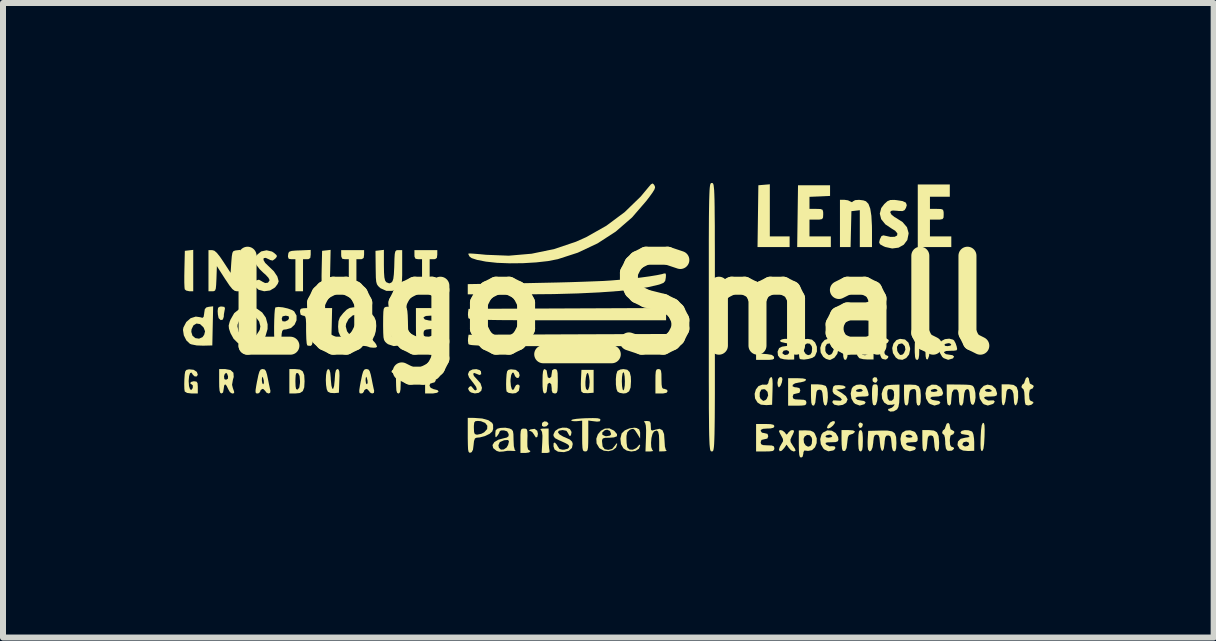
<source format=kicad_pcb>
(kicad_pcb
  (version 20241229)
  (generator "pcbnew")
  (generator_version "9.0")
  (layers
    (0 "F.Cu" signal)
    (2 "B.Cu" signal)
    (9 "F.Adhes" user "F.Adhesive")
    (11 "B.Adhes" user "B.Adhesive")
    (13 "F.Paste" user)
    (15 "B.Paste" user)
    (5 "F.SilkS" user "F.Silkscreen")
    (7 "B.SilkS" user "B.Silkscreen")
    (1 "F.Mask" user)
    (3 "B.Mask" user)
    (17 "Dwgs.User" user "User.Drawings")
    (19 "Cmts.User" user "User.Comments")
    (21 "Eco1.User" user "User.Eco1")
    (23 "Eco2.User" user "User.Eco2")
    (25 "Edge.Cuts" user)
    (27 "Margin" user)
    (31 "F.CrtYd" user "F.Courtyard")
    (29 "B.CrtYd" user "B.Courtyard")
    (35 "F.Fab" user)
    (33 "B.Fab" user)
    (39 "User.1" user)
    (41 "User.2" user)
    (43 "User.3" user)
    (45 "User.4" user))
  (footprint "Logo_Small"
    (layer "F.Cu")
    (at 7.112 2.034)
    (property "Reference" "Logo_Small" (at 0 0 0) (layer "F.SilkS") (effects (font (size 1.5 1.5) (thickness 0.3))))
    (attr board_only exclude_from_pos_files exclude_from_bom)
    (fp_poly (pts (xy 4.216 1.977) (xy 4.221 1.994) (xy 4.207 2.036) (xy 4.177 2.05) (xy 4.161 2.042) (xy 4.144 2.001) (xy 4.159 1.966) (xy 4.182 1.958)) (stroke (width 0) (type solid)) (fill yes) (layer "F.SilkS"))
    (fp_poly (pts (xy 5.147 0.441) (xy 5.174 0.473) (xy 5.171 0.495) (xy 5.141 0.531) (xy 5.108 0.519) (xy 5.094 0.495) (xy 5.09 0.448) (xy 5.123 0.435)) (stroke (width 0) (type solid)) (fill yes) (layer "F.SilkS"))
    (fp_poly (pts (xy -1.046 1.946) (xy -1.022 1.972) (xy -1.023 1.99) (xy -1.053 2.021) (xy -1.097 2.03) (xy -1.127 2.015) (xy -1.128 1.977) (xy -1.12 1.959) (xy -1.086 1.939)) (stroke (width 0) (type solid)) (fill yes) (layer "F.SilkS"))
    (fp_poly (pts (xy 4.445 1.207) (xy 4.452 1.213) (xy 4.467 1.253) (xy 4.448 1.289) (xy 4.424 1.297) (xy 4.391 1.278) (xy 4.385 1.269) (xy 4.382 1.23) (xy 4.408 1.204)) (stroke (width 0) (type solid)) (fill yes) (layer "F.SilkS"))
    (fp_poly (pts (xy 2.872 1.207) (xy 2.88 1.238) (xy 2.871 1.29) (xy 2.85 1.343) (xy 2.825 1.372) (xy 2.82 1.373) (xy 2.804 1.351) (xy 2.797 1.298) (xy 2.808 1.231) (xy 2.838 1.2)) (stroke (width 0) (type solid)) (fill yes) (layer "F.SilkS"))
    (fp_poly (pts (xy 3.755 1.942) (xy 3.753 1.969) (xy 3.724 2.009) (xy 3.682 2.044) (xy 3.644 2.059) (xy 3.622 2.05) (xy 3.633 2.014) (xy 3.637 2.007) (xy 3.677 1.958) (xy 3.723 1.934)) (stroke (width 0) (type solid)) (fill yes) (layer "F.SilkS"))
    (fp_poly (pts (xy -6.941 -0.574) (xy -6.941 -0.229) (xy -7.006 -0.229) (xy -7.059 -0.241) (xy -7.083 -0.262) (xy -7.087 -0.299) (xy -7.09 -0.376) (xy -7.09 -0.481) (xy -7.088 -0.599) (xy -7.081 -0.903) (xy -7.011 -0.911) (xy -6.941 -0.919)) (stroke (width 0) (type solid)) (fill yes) (layer "F.SilkS"))
    (fp_poly (pts (xy -1.207 2.097) (xy -1.195 2.148) (xy -1.206 2.2) (xy -1.23 2.208) (xy -1.255 2.17) (xy -1.258 2.163) (xy -1.291 2.117) (xy -1.317 2.103) (xy -1.347 2.093) (xy -1.329 2.079) (xy -1.316 2.073) (xy -1.25 2.064)) (stroke (width 0) (type solid)) (fill yes) (layer "F.SilkS"))
    (fp_poly (pts (xy 2.67 -1.578) (xy 2.67 -1.144) (xy 2.835 -1.144) (xy 3 -1.144) (xy 3 -1.055) (xy 3 -0.966) (xy 2.733 -0.966) (xy 2.465 -0.966) (xy 2.472 -1.481) (xy 2.479 -1.996) (xy 2.574 -2.004) (xy 2.67 -2.012)) (stroke (width 0) (type solid)) (fill yes) (layer "F.SilkS"))
    (fp_poly (pts (xy -6.421 0.032) (xy -6.412 0.061) (xy -6.417 0.083) (xy -6.43 0.156) (xy -6.432 0.197) (xy -6.448 0.243) (xy -6.483 0.252) (xy -6.516 0.221) (xy -6.519 0.214) (xy -6.53 0.159) (xy -6.534 0.1) (xy -6.527 0.046) (xy -6.496 0.027) (xy -6.468 0.025)) (stroke (width 0) (type solid)) (fill yes) (layer "F.SilkS"))
    (fp_poly (pts (xy -4.633 0.362) (xy -4.637 0.496) (xy -4.643 0.587) (xy -4.652 0.643) (xy -4.664 0.672) (xy -4.68 0.681) (xy -4.725 0.678) (xy -4.737 0.67) (xy -4.744 0.639) (xy -4.749 0.568) (xy -4.753 0.467) (xy -4.755 0.352) (xy -4.755 0.051) (xy -4.69 0.051) (xy -4.626 0.051)) (stroke (width 0) (type solid)) (fill yes) (layer "F.SilkS"))
    (fp_poly (pts (xy 4.203 2.095) (xy 4.215 2.133) (xy 4.22 2.207) (xy 4.221 2.263) (xy 4.218 2.36) (xy 4.21 2.415) (xy 4.194 2.438) (xy 4.182 2.441) (xy 4.162 2.43) (xy 4.15 2.393) (xy 4.145 2.319) (xy 4.144 2.263) (xy 4.147 2.166) (xy 4.155 2.111) (xy 4.171 2.087) (xy 4.182 2.085)) (stroke (width 0) (type solid)) (fill yes) (layer "F.SilkS"))
    (fp_poly (pts (xy 4.453 1.326) (xy 4.467 1.346) (xy 4.472 1.394) (xy 4.47 1.479) (xy 4.47 1.492) (xy 4.459 1.601) (xy 4.439 1.662) (xy 4.409 1.675) (xy 4.391 1.662) (xy 4.382 1.629) (xy 4.375 1.561) (xy 4.373 1.483) (xy 4.375 1.395) (xy 4.382 1.347) (xy 4.399 1.326) (xy 4.425 1.322)) (stroke (width 0) (type solid)) (fill yes) (layer "F.SilkS"))
    (fp_poly (pts (xy 5.144 0.57) (xy 5.156 0.607) (xy 5.161 0.682) (xy 5.161 0.737) (xy 5.159 0.834) (xy 5.151 0.889) (xy 5.135 0.913) (xy 5.123 0.915) (xy 5.103 0.905) (xy 5.091 0.867) (xy 5.086 0.793) (xy 5.085 0.737) (xy 5.087 0.641) (xy 5.095 0.585) (xy 5.111 0.562) (xy 5.123 0.559)) (stroke (width 0) (type solid)) (fill yes) (layer "F.SilkS"))
    (fp_poly (pts (xy 6.239 1.97) (xy 6.248 2.005) (xy 6.251 2.076) (xy 6.249 2.188) (xy 6.242 2.315) (xy 6.231 2.395) (xy 6.214 2.432) (xy 6.209 2.435) (xy 6.194 2.429) (xy 6.185 2.394) (xy 6.182 2.322) (xy 6.184 2.21) (xy 6.191 2.084) (xy 6.202 2.004) (xy 6.219 1.967) (xy 6.224 1.964)) (stroke (width 0) (type solid)) (fill yes) (layer "F.SilkS"))
    (fp_poly (pts (xy -4.658 -0.58) (xy -4.662 -0.443) (xy -4.666 -0.349) (xy -4.672 -0.289) (xy -4.682 -0.256) (xy -4.697 -0.24) (xy -4.719 -0.234) (xy -4.723 -0.233) (xy -4.773 -0.24) (xy -4.794 -0.26) (xy -4.798 -0.298) (xy -4.801 -0.376) (xy -4.802 -0.481) (xy -4.8 -0.599) (xy -4.793 -0.903) (xy -4.722 -0.911) (xy -4.651 -0.919)) (stroke (width 0) (type solid)) (fill yes) (layer "F.SilkS"))
    (fp_poly (pts (xy -1.017 2.223) (xy -1.015 2.314) (xy -1.009 2.389) (xy -1.002 2.426) (xy -1.002 2.455) (xy -1.041 2.466) (xy -1.06 2.466) (xy -1.133 2.466) (xy -1.123 2.285) (xy -1.12 2.18) (xy -1.127 2.116) (xy -1.144 2.085) (xy -1.147 2.082) (xy -1.156 2.067) (xy -1.116 2.06) (xy -1.1 2.06) (xy -1.017 2.059)) (stroke (width 0) (type solid)) (fill yes) (layer "F.SilkS"))
    (fp_poly (pts (xy 5.433 0.569) (xy 5.462 0.59) (xy 5.45 0.614) (xy 5.396 0.631) (xy 5.363 0.643) (xy 5.345 0.677) (xy 5.336 0.746) (xy 5.334 0.769) (xy 5.324 0.849) (xy 5.306 0.899) (xy 5.295 0.909) (xy 5.277 0.9) (xy 5.267 0.855) (xy 5.263 0.767) (xy 5.263 0.739) (xy 5.263 0.559) (xy 5.367 0.559)) (stroke (width 0) (type solid)) (fill yes) (layer "F.SilkS"))
    (fp_poly (pts (xy -4.093 -0.839) (xy -4.1 -0.785) (xy -4.129 -0.765) (xy -4.157 -0.763) (xy -4.221 -0.763) (xy -4.221 -0.496) (xy -4.221 -0.229) (xy -4.284 -0.229) (xy -4.348 -0.229) (xy -4.348 -0.496) (xy -4.348 -0.763) (xy -4.411 -0.763) (xy -4.457 -0.771) (xy -4.473 -0.806) (xy -4.475 -0.839) (xy -4.475 -0.915) (xy -4.284 -0.915) (xy -4.093 -0.915)) (stroke (width 0) (type solid)) (fill yes) (layer "F.SilkS"))
    (fp_poly (pts (xy -2.873 -0.839) (xy -2.88 -0.785) (xy -2.909 -0.765) (xy -2.937 -0.763) (xy -3 -0.763) (xy -3 -0.496) (xy -3 -0.229) (xy -3.064 -0.229) (xy -3.127 -0.229) (xy -3.127 -0.496) (xy -3.127 -0.763) (xy -3.191 -0.763) (xy -3.236 -0.771) (xy -3.253 -0.806) (xy -3.254 -0.839) (xy -3.254 -0.915) (xy -3.064 -0.915) (xy -2.873 -0.915)) (stroke (width 0) (type solid)) (fill yes) (layer "F.SilkS"))
    (fp_poly (pts (xy 4.057 2.09) (xy 4.087 2.106) (xy 4.087 2.117) (xy 4.056 2.146) (xy 4.023 2.156) (xy 3.99 2.169) (xy 3.972 2.203) (xy 3.963 2.271) (xy 3.961 2.294) (xy 3.949 2.384) (xy 3.925 2.432) (xy 3.893 2.433) (xy 3.882 2.424) (xy 3.873 2.392) (xy 3.867 2.324) (xy 3.865 2.246) (xy 3.865 2.085) (xy 3.981 2.085)) (stroke (width 0) (type solid)) (fill yes) (layer "F.SilkS"))
    (fp_poly (pts (xy 4.058 0.569) (xy 4.093 0.592) (xy 4.092 0.618) (xy 4.05 0.638) (xy 4.036 0.64) (xy 4.002 0.652) (xy 3.983 0.682) (xy 3.974 0.745) (xy 3.971 0.782) (xy 3.962 0.867) (xy 3.944 0.908) (xy 3.927 0.915) (xy 3.907 0.904) (xy 3.895 0.863) (xy 3.89 0.784) (xy 3.89 0.737) (xy 3.89 0.559) (xy 3.992 0.559)) (stroke (width 0) (type solid)) (fill yes) (layer "F.SilkS"))
    (fp_poly (pts (xy -1.398 2.062) (xy -1.379 2.076) (xy -1.371 2.111) (xy -1.369 2.179) (xy -1.372 2.269) (xy -1.371 2.359) (xy -1.36 2.408) (xy -1.35 2.415) (xy -1.323 2.433) (xy -1.322 2.441) (xy -1.344 2.458) (xy -1.399 2.466) (xy -1.405 2.466) (xy -1.487 2.466) (xy -1.487 2.263) (xy -1.487 2.162) (xy -1.482 2.101) (xy -1.471 2.071) (xy -1.451 2.061) (xy -1.43 2.06)) (stroke (width 0) (type solid)) (fill yes) (layer "F.SilkS"))
    (fp_poly (pts (xy 0.841 1.073) (xy 0.856 1.096) (xy 0.863 1.148) (xy 0.864 1.233) (xy 0.866 1.323) (xy 0.873 1.372) (xy 0.889 1.394) (xy 0.915 1.398) (xy 0.957 1.414) (xy 0.966 1.437) (xy 0.949 1.463) (xy 0.894 1.474) (xy 0.864 1.475) (xy 0.763 1.475) (xy 0.763 1.271) (xy 0.764 1.17) (xy 0.769 1.109) (xy 0.78 1.079) (xy 0.8 1.069) (xy 0.814 1.068)) (stroke (width 0) (type solid)) (fill yes) (layer "F.SilkS"))
    (fp_poly (pts (xy 0.941 0.152) (xy 0.941 0.254) (xy -0.7 0.254) (xy -1.035 0.254) (xy -1.322 0.254) (xy -1.565 0.253) (xy -1.768 0.252) (xy -1.935 0.25) (xy -2.067 0.247) (xy -2.17 0.244) (xy -2.246 0.24) (xy -2.299 0.235) (xy -2.333 0.23) (xy -2.35 0.223) (xy -2.355 0.218) (xy -2.362 0.164) (xy -2.36 0.123) (xy -2.352 0.064) (xy -0.706 0.057) (xy 0.941 0.05)) (stroke (width 0) (type solid)) (fill yes) (layer "F.SilkS"))
    (fp_poly (pts (xy 0.941 0.585) (xy 0.941 0.686) (xy -0.7 0.686) (xy -1.035 0.686) (xy -1.322 0.686) (xy -1.565 0.685) (xy -1.768 0.684) (xy -1.935 0.682) (xy -2.067 0.679) (xy -2.17 0.676) (xy -2.246 0.672) (xy -2.299 0.668) (xy -2.333 0.662) (xy -2.35 0.655) (xy -2.355 0.65) (xy -2.362 0.597) (xy -2.36 0.555) (xy -2.352 0.496) (xy -0.706 0.489) (xy 0.941 0.483)) (stroke (width 0) (type solid)) (fill yes) (layer "F.SilkS"))
    (fp_poly (pts (xy 2.5 0.468) (xy 2.512 0.506) (xy 2.517 0.581) (xy 2.517 0.634) (xy 2.517 0.811) (xy 2.625 0.819) (xy 2.701 0.831) (xy 2.736 0.857) (xy 2.741 0.871) (xy 2.739 0.896) (xy 2.715 0.909) (xy 2.657 0.915) (xy 2.595 0.915) (xy 2.441 0.915) (xy 2.441 0.686) (xy 2.442 0.575) (xy 2.448 0.505) (xy 2.459 0.469) (xy 2.476 0.458) (xy 2.479 0.458)) (stroke (width 0) (type solid)) (fill yes) (layer "F.SilkS"))
    (fp_poly (pts (xy -4.983 -0.84) (xy -4.99 -0.785) (xy -5.018 -0.765) (xy -5.047 -0.763) (xy -5.111 -0.763) (xy -5.111 -0.496) (xy -5.111 -0.229) (xy -5.174 -0.229) (xy -5.238 -0.229) (xy -5.238 -0.496) (xy -5.238 -0.763) (xy -5.303 -0.763) (xy -5.349 -0.77) (xy -5.362 -0.803) (xy -5.36 -0.833) (xy -5.354 -0.869) (xy -5.337 -0.89) (xy -5.298 -0.902) (xy -5.226 -0.908) (xy -5.168 -0.91) (xy -4.983 -0.918)) (stroke (width 0) (type solid)) (fill yes) (layer "F.SilkS"))
    (fp_poly (pts (xy -3.448 1.075) (xy -3.41 1.093) (xy -3.412 1.116) (xy -3.445 1.135) (xy -3.468 1.159) (xy -3.48 1.215) (xy -3.483 1.312) (xy -3.483 1.312) (xy -3.486 1.404) (xy -3.495 1.455) (xy -3.514 1.474) (xy -3.521 1.475) (xy -3.543 1.464) (xy -3.555 1.424) (xy -3.559 1.347) (xy -3.56 1.309) (xy -3.562 1.217) (xy -3.571 1.165) (xy -3.589 1.145) (xy -3.598 1.144) (xy -3.631 1.124) (xy -3.636 1.106) (xy -3.621 1.081) (xy -3.57 1.069) (xy -3.521 1.068)) (stroke (width 0) (type solid)) (fill yes) (layer "F.SilkS"))
    (fp_poly (pts (xy 6.733 1.332) (xy 6.785 1.368) (xy 6.808 1.437) (xy 6.809 1.543) (xy 6.797 1.623) (xy 6.777 1.667) (xy 6.757 1.672) (xy 6.742 1.634) (xy 6.738 1.581) (xy 6.731 1.48) (xy 6.71 1.421) (xy 6.671 1.399) (xy 6.66 1.398) (xy 6.631 1.407) (xy 6.615 1.442) (xy 6.607 1.514) (xy 6.606 1.53) (xy 6.595 1.611) (xy 6.577 1.662) (xy 6.566 1.672) (xy 6.548 1.663) (xy 6.538 1.618) (xy 6.534 1.529) (xy 6.534 1.502) (xy 6.534 1.322) (xy 6.648 1.322)) (stroke (width 0) (type solid)) (fill yes) (layer "F.SilkS"))
    (fp_poly (pts (xy -2.887 1.076) (xy -2.853 1.096) (xy -2.861 1.119) (xy -2.914 1.137) (xy -2.932 1.139) (xy -2.981 1.158) (xy -3 1.188) (xy -2.983 1.214) (xy -2.949 1.22) (xy -2.908 1.236) (xy -2.898 1.259) (xy -2.92 1.29) (xy -2.949 1.297) (xy -2.993 1.312) (xy -3.003 1.346) (xy -2.982 1.382) (xy -2.934 1.403) (xy -2.932 1.403) (xy -2.869 1.419) (xy -2.851 1.442) (xy -2.876 1.463) (xy -2.941 1.474) (xy -2.96 1.475) (xy -3.076 1.475) (xy -3.076 1.271) (xy -3.076 1.068) (xy -2.96 1.068)) (stroke (width 0) (type solid)) (fill yes) (layer "F.SilkS"))
    (fp_poly (pts (xy -0.267 1.271) (xy -0.267 1.462) (xy -0.363 1.47) (xy -0.439 1.467) (xy -0.472 1.442) (xy -0.478 1.399) (xy -0.48 1.322) (xy -0.479 1.28) (xy -0.404 1.28) (xy -0.403 1.349) (xy -0.395 1.393) (xy -0.374 1.421) (xy -0.355 1.407) (xy -0.34 1.361) (xy -0.334 1.29) (xy -0.335 1.256) (xy -0.345 1.184) (xy -0.359 1.139) (xy -0.369 1.131) (xy -0.385 1.154) (xy -0.397 1.209) (xy -0.404 1.28) (xy -0.479 1.28) (xy -0.478 1.243) (xy -0.47 1.081) (xy -0.369 1.081) (xy -0.267 1.081)) (stroke (width 0) (type solid)) (fill yes) (layer "F.SilkS"))
    (fp_poly (pts (xy 3.973 -1.745) (xy 4.009 -1.727) (xy 4.04 -1.713) (xy 4.054 -1.727) (xy 4.092 -1.748) (xy 4.158 -1.753) (xy 4.229 -1.744) (xy 4.272 -1.729) (xy 4.314 -1.686) (xy 4.344 -1.606) (xy 4.363 -1.486) (xy 4.372 -1.321) (xy 4.373 -1.239) (xy 4.373 -0.966) (xy 4.271 -0.966) (xy 4.17 -0.966) (xy 4.17 -1.273) (xy 4.17 -1.58) (xy 4.1 -1.572) (xy 4.03 -1.564) (xy 4.023 -1.265) (xy 4.016 -0.966) (xy 3.927 -0.966) (xy 3.839 -0.966) (xy 3.839 -1.36) (xy 3.839 -1.754) (xy 3.91 -1.754)) (stroke (width 0) (type solid)) (fill yes) (layer "F.SilkS"))
    (fp_poly (pts (xy -5.163 1.076) (xy -5.115 1.107) (xy -5.091 1.169) (xy -5.085 1.271) (xy -5.091 1.374) (xy -5.115 1.436) (xy -5.164 1.467) (xy -5.243 1.475) (xy -5.339 1.475) (xy -5.339 1.271) (xy -5.238 1.271) (xy -5.235 1.356) (xy -5.227 1.399) (xy -5.21 1.41) (xy -5.199 1.408) (xy -5.173 1.376) (xy -5.162 1.302) (xy -5.161 1.271) (xy -5.168 1.184) (xy -5.19 1.141) (xy -5.199 1.135) (xy -5.221 1.135) (xy -5.233 1.164) (xy -5.237 1.23) (xy -5.238 1.271) (xy -5.339 1.271) (xy -5.339 1.068) (xy -5.243 1.068)) (stroke (width 0) (type solid)) (fill yes) (layer "F.SilkS"))
    (fp_poly (pts (xy 3.674 -1.907) (xy 3.674 -1.818) (xy 3.502 -1.81) (xy 3.331 -1.803) (xy 3.331 -1.702) (xy 3.331 -1.602) (xy 3.445 -1.602) (xy 3.515 -1.6) (xy 3.549 -1.587) (xy 3.559 -1.552) (xy 3.56 -1.513) (xy 3.557 -1.458) (xy 3.541 -1.432) (xy 3.496 -1.424) (xy 3.445 -1.424) (xy 3.331 -1.424) (xy 3.331 -1.284) (xy 3.331 -1.144) (xy 3.509 -1.144) (xy 3.687 -1.144) (xy 3.687 -1.055) (xy 3.687 -0.966) (xy 3.406 -0.966) (xy 3.126 -0.966) (xy 3.133 -1.481) (xy 3.14 -1.996) (xy 3.407 -1.996) (xy 3.674 -1.996)) (stroke (width 0) (type solid)) (fill yes) (layer "F.SilkS"))
    (fp_poly (pts (xy 4.924 0.575) (xy 4.981 0.628) (xy 5.008 0.715) (xy 5.009 0.74) (xy 4.991 0.824) (xy 4.944 0.884) (xy 4.88 0.914) (xy 4.811 0.905) (xy 4.769 0.875) (xy 4.722 0.801) (xy 4.71 0.718) (xy 4.715 0.699) (xy 4.789 0.699) (xy 4.794 0.762) (xy 4.805 0.787) (xy 4.841 0.833) (xy 4.879 0.828) (xy 4.906 0.802) (xy 4.93 0.744) (xy 4.921 0.686) (xy 4.884 0.646) (xy 4.865 0.641) (xy 4.815 0.653) (xy 4.789 0.699) (xy 4.715 0.699) (xy 4.731 0.642) (xy 4.78 0.585) (xy 4.84 0.564)) (stroke (width 0) (type solid)) (fill yes) (layer "F.SilkS"))
    (fp_poly (pts (xy 5.406 2.093) (xy 5.456 2.123) (xy 5.483 2.184) (xy 5.492 2.285) (xy 5.492 2.312) (xy 5.488 2.393) (xy 5.473 2.433) (xy 5.455 2.441) (xy 5.431 2.424) (xy 5.416 2.367) (xy 5.411 2.307) (xy 5.403 2.228) (xy 5.39 2.188) (xy 5.364 2.175) (xy 5.352 2.174) (xy 5.322 2.181) (xy 5.304 2.211) (xy 5.296 2.275) (xy 5.294 2.307) (xy 5.284 2.392) (xy 5.266 2.434) (xy 5.249 2.441) (xy 5.229 2.429) (xy 5.217 2.388) (xy 5.213 2.31) (xy 5.212 2.263) (xy 5.212 2.085) (xy 5.326 2.085)) (stroke (width 0) (type solid)) (fill yes) (layer "F.SilkS"))
    (fp_poly (pts (xy 5.67 -1.907) (xy 5.67 -1.805) (xy 5.505 -1.805) (xy 5.339 -1.805) (xy 5.339 -1.704) (xy 5.339 -1.602) (xy 5.454 -1.602) (xy 5.524 -1.6) (xy 5.557 -1.587) (xy 5.567 -1.552) (xy 5.568 -1.513) (xy 5.566 -1.458) (xy 5.549 -1.432) (xy 5.505 -1.424) (xy 5.454 -1.424) (xy 5.339 -1.424) (xy 5.339 -1.284) (xy 5.339 -1.144) (xy 5.517 -1.144) (xy 5.695 -1.144) (xy 5.695 -1.055) (xy 5.695 -0.966) (xy 5.416 -0.966) (xy 5.136 -0.966) (xy 5.136 -1.487) (xy 5.136 -2.009) (xy 5.403 -2.009) (xy 5.67 -2.009)) (stroke (width 0) (type solid)) (fill yes) (layer "F.SilkS"))
    (fp_poly (pts (xy -4.517 1.077) (xy -4.506 1.109) (xy -4.503 1.175) (xy -4.506 1.265) (xy -4.513 1.462) (xy -4.589 1.469) (xy -4.654 1.465) (xy -4.697 1.445) (xy -4.716 1.403) (xy -4.727 1.333) (xy -4.731 1.25) (xy -4.727 1.168) (xy -4.716 1.103) (xy -4.698 1.07) (xy -4.692 1.068) (xy -4.671 1.081) (xy -4.657 1.127) (xy -4.649 1.214) (xy -4.648 1.239) (xy -4.638 1.341) (xy -4.624 1.394) (xy -4.608 1.396) (xy -4.593 1.349) (xy -4.583 1.254) (xy -4.582 1.233) (xy -4.575 1.139) (xy -4.562 1.087) (xy -4.542 1.068) (xy -4.536 1.068)) (stroke (width 0) (type solid)) (fill yes) (layer "F.SilkS"))
    (fp_poly (pts (xy 3.54 1.329) (xy 3.595 1.346) (xy 3.605 1.353) (xy 3.625 1.395) (xy 3.635 1.463) (xy 3.637 1.541) (xy 3.63 1.614) (xy 3.616 1.664) (xy 3.599 1.678) (xy 3.575 1.661) (xy 3.56 1.604) (xy 3.555 1.545) (xy 3.547 1.466) (xy 3.534 1.425) (xy 3.508 1.412) (xy 3.496 1.411) (xy 3.465 1.418) (xy 3.448 1.448) (xy 3.44 1.513) (xy 3.437 1.545) (xy 3.428 1.63) (xy 3.41 1.671) (xy 3.393 1.678) (xy 3.373 1.666) (xy 3.361 1.626) (xy 3.357 1.547) (xy 3.356 1.5) (xy 3.356 1.322) (xy 3.465 1.322)) (stroke (width 0) (type solid)) (fill yes) (layer "F.SilkS"))
    (fp_poly (pts (xy 3.895 1.343) (xy 3.931 1.362) (xy 3.927 1.384) (xy 3.88 1.4) (xy 3.86 1.403) (xy 3.776 1.411) (xy 3.871 1.467) (xy 3.939 1.52) (xy 3.966 1.571) (xy 3.966 1.575) (xy 3.944 1.629) (xy 3.888 1.664) (xy 3.813 1.676) (xy 3.744 1.661) (xy 3.715 1.628) (xy 3.712 1.613) (xy 3.728 1.589) (xy 3.781 1.591) (xy 3.785 1.592) (xy 3.85 1.596) (xy 3.871 1.578) (xy 3.848 1.547) (xy 3.798 1.517) (xy 3.739 1.482) (xy 3.717 1.444) (xy 3.717 1.404) (xy 3.728 1.359) (xy 3.757 1.339) (xy 3.82 1.335) (xy 3.824 1.335)) (stroke (width 0) (type solid)) (fill yes) (layer "F.SilkS"))
    (fp_poly (pts (xy 5.101 1.332) (xy 5.153 1.357) (xy 5.179 1.412) (xy 5.187 1.505) (xy 5.187 1.529) (xy 5.184 1.616) (xy 5.173 1.663) (xy 5.152 1.678) (xy 5.149 1.678) (xy 5.126 1.666) (xy 5.114 1.622) (xy 5.111 1.537) (xy 5.111 1.536) (xy 5.109 1.456) (xy 5.101 1.415) (xy 5.081 1.401) (xy 5.053 1.403) (xy 5.019 1.414) (xy 5 1.445) (xy 4.991 1.507) (xy 4.988 1.545) (xy 4.979 1.632) (xy 4.962 1.673) (xy 4.936 1.671) (xy 4.924 1.661) (xy 4.915 1.629) (xy 4.909 1.561) (xy 4.907 1.486) (xy 4.907 1.328) (xy 5.014 1.327)) (stroke (width 0) (type solid)) (fill yes) (layer "F.SilkS"))
    (fp_poly (pts (xy -6.153 -0.574) (xy -6.153 -0.229) (xy -6.216 -0.229) (xy -6.251 -0.237) (xy -6.289 -0.266) (xy -6.336 -0.324) (xy -6.399 -0.418) (xy -6.413 -0.439) (xy -6.547 -0.648) (xy -6.554 -0.439) (xy -6.559 -0.336) (xy -6.565 -0.274) (xy -6.577 -0.242) (xy -6.598 -0.23) (xy -6.624 -0.229) (xy -6.687 -0.229) (xy -6.687 -0.572) (xy -6.687 -0.915) (xy -6.626 -0.915) (xy -6.589 -0.905) (xy -6.548 -0.87) (xy -6.495 -0.804) (xy -6.442 -0.726) (xy -6.318 -0.536) (xy -6.306 -0.719) (xy -6.298 -0.814) (xy -6.288 -0.87) (xy -6.272 -0.897) (xy -6.243 -0.908) (xy -6.223 -0.911) (xy -6.153 -0.919)) (stroke (width 0) (type solid)) (fill yes) (layer "F.SilkS"))
    (fp_poly (pts (xy -0.206 1.887) (xy -0.167 1.896) (xy -0.153 1.911) (xy -0.153 1.916) (xy -0.165 1.939) (xy -0.21 1.944) (xy -0.254 1.939) (xy -0.356 1.926) (xy -0.356 2.183) (xy -0.357 2.3) (xy -0.36 2.375) (xy -0.368 2.417) (xy -0.381 2.436) (xy -0.403 2.441) (xy -0.407 2.441) (xy -0.43 2.437) (xy -0.445 2.421) (xy -0.453 2.382) (xy -0.457 2.312) (xy -0.458 2.201) (xy -0.458 2.185) (xy -0.458 1.928) (xy -0.553 1.937) (xy -0.614 1.936) (xy -0.642 1.924) (xy -0.642 1.92) (xy -0.616 1.908) (xy -0.55 1.897) (xy -0.456 1.89) (xy -0.394 1.887) (xy -0.279 1.885)) (stroke (width 0) (type solid)) (fill yes) (layer "F.SilkS"))
    (fp_poly (pts (xy 3.739 0.582) (xy 3.794 0.642) (xy 3.814 0.732) (xy 3.814 0.733) (xy 3.795 0.814) (xy 3.746 0.88) (xy 3.68 0.914) (xy 3.661 0.915) (xy 3.606 0.898) (xy 3.56 0.864) (xy 3.518 0.794) (xy 3.515 0.766) (xy 3.595 0.766) (xy 3.611 0.801) (xy 3.653 0.836) (xy 3.692 0.823) (xy 3.711 0.802) (xy 3.735 0.744) (xy 3.726 0.685) (xy 3.687 0.646) (xy 3.669 0.64) (xy 3.622 0.648) (xy 3.597 0.694) (xy 3.596 0.698) (xy 3.595 0.766) (xy 3.515 0.766) (xy 3.511 0.714) (xy 3.535 0.638) (xy 3.585 0.582) (xy 3.656 0.559) (xy 3.659 0.559)) (stroke (width 0) (type solid)) (fill yes) (layer "F.SilkS"))
    (fp_poly (pts (xy -2.166 1.085) (xy -2.145 1.107) (xy -2.141 1.154) (xy -2.171 1.167) (xy -2.212 1.15) (xy -2.258 1.132) (xy -2.275 1.147) (xy -2.262 1.184) (xy -2.223 1.226) (xy -2.153 1.305) (xy -2.128 1.381) (xy -2.14 1.43) (xy -2.182 1.464) (xy -2.247 1.474) (xy -2.311 1.458) (xy -2.34 1.435) (xy -2.36 1.396) (xy -2.342 1.366) (xy -2.311 1.35) (xy -2.285 1.379) (xy -2.254 1.416) (xy -2.236 1.424) (xy -2.213 1.408) (xy -2.226 1.364) (xy -2.275 1.296) (xy -2.288 1.28) (xy -2.344 1.207) (xy -2.362 1.154) (xy -2.344 1.11) (xy -2.334 1.098) (xy -2.284 1.074) (xy -2.221 1.069)) (stroke (width 0) (type solid)) (fill yes) (layer "F.SilkS"))
    (fp_poly (pts (xy 0.294 1.079) (xy 0.334 1.119) (xy 0.353 1.194) (xy 0.356 1.271) (xy 0.349 1.376) (xy 0.324 1.439) (xy 0.277 1.469) (xy 0.229 1.475) (xy 0.167 1.464) (xy 0.132 1.444) (xy 0.114 1.4) (xy 0.104 1.324) (xy 0.104 1.271) (xy 0.203 1.271) (xy 0.207 1.353) (xy 0.217 1.408) (xy 0.229 1.424) (xy 0.242 1.401) (xy 0.252 1.34) (xy 0.254 1.271) (xy 0.25 1.19) (xy 0.24 1.135) (xy 0.229 1.119) (xy 0.215 1.142) (xy 0.206 1.202) (xy 0.203 1.271) (xy 0.104 1.271) (xy 0.103 1.237) (xy 0.111 1.157) (xy 0.128 1.104) (xy 0.132 1.098) (xy 0.18 1.075) (xy 0.229 1.068)) (stroke (width 0) (type solid)) (fill yes) (layer "F.SilkS"))
    (fp_poly (pts (xy 3.22 1.224) (xy 3.266 1.234) (xy 3.274 1.252) (xy 3.244 1.274) (xy 3.183 1.289) (xy 3.157 1.292) (xy 3.09 1.306) (xy 3.053 1.33) (xy 3.049 1.355) (xy 3.085 1.371) (xy 3.115 1.373) (xy 3.164 1.385) (xy 3.178 1.424) (xy 3.163 1.464) (xy 3.115 1.475) (xy 3.065 1.487) (xy 3.051 1.526) (xy 3.059 1.557) (xy 3.09 1.572) (xy 3.157 1.576) (xy 3.165 1.576) (xy 3.237 1.58) (xy 3.271 1.594) (xy 3.28 1.624) (xy 3.28 1.627) (xy 3.274 1.656) (xy 3.25 1.671) (xy 3.195 1.677) (xy 3.127 1.678) (xy 2.975 1.678) (xy 2.975 1.449) (xy 2.975 1.22) (xy 3.129 1.22)) (stroke (width 0) (type solid)) (fill yes) (layer "F.SilkS"))
    (fp_poly (pts (xy 5.666 1.989) (xy 5.67 2.019) (xy 5.683 2.072) (xy 5.708 2.085) (xy 5.742 2.105) (xy 5.746 2.123) (xy 5.726 2.157) (xy 5.708 2.161) (xy 5.681 2.178) (xy 5.671 2.234) (xy 5.67 2.263) (xy 5.676 2.332) (xy 5.695 2.362) (xy 5.71 2.365) (xy 5.74 2.38) (xy 5.74 2.396) (xy 5.706 2.428) (xy 5.648 2.431) (xy 5.625 2.424) (xy 5.605 2.391) (xy 5.594 2.318) (xy 5.594 2.286) (xy 5.589 2.214) (xy 5.577 2.169) (xy 5.568 2.161) (xy 5.546 2.141) (xy 5.543 2.123) (xy 5.556 2.089) (xy 5.566 2.085) (xy 5.588 2.063) (xy 5.598 2.03) (xy 5.617 1.979) (xy 5.645 1.964)) (stroke (width 0) (type solid)) (fill yes) (layer "F.SilkS"))
    (fp_poly (pts (xy 0.939 -0.503) (xy 0.936 -0.456) (xy 0.926 -0.401) (xy 0.898 -0.369) (xy 0.839 -0.345) (xy 0.815 -0.338) (xy 0.639 -0.297) (xy 0.415 -0.263) (xy 0.144 -0.233) (xy -0.172 -0.21) (xy -0.531 -0.193) (xy -0.931 -0.182) (xy -1.371 -0.178) (xy -1.454 -0.178) (xy -2.365 -0.178) (xy -2.365 -0.263) (xy -2.365 -0.348) (xy -1.353 -0.365) (xy -1.113 -0.37) (xy -0.875 -0.375) (xy -0.646 -0.381) (xy -0.435 -0.388) (xy -0.25 -0.395) (xy -0.098 -0.401) (xy 0.011 -0.408) (xy 0.014 -0.408) (xy 0.185 -0.422) (xy 0.357 -0.439) (xy 0.522 -0.458) (xy 0.669 -0.478) (xy 0.79 -0.498) (xy 0.873 -0.515) (xy 0.898 -0.523) (xy 0.929 -0.528)) (stroke (width 0) (type solid)) (fill yes) (layer "F.SilkS"))
    (fp_poly (pts (xy 2.682 1.986) (xy 2.73 1.996) (xy 2.746 2.017) (xy 2.746 2.021) (xy 2.731 2.046) (xy 2.68 2.058) (xy 2.632 2.059) (xy 2.556 2.064) (xy 2.522 2.081) (xy 2.517 2.098) (xy 2.539 2.128) (xy 2.581 2.136) (xy 2.631 2.148) (xy 2.644 2.187) (xy 2.629 2.226) (xy 2.581 2.237) (xy 2.531 2.249) (xy 2.517 2.288) (xy 2.525 2.32) (xy 2.556 2.335) (xy 2.623 2.339) (xy 2.632 2.339) (xy 2.703 2.342) (xy 2.737 2.356) (xy 2.746 2.386) (xy 2.746 2.39) (xy 2.74 2.418) (xy 2.716 2.434) (xy 2.661 2.44) (xy 2.593 2.441) (xy 2.441 2.441) (xy 2.441 2.212) (xy 2.441 1.983) (xy 2.593 1.983)) (stroke (width 0) (type solid)) (fill yes) (layer "F.SilkS"))
    (fp_poly (pts (xy 2.705 1.207) (xy 2.714 1.242) (xy 2.717 1.314) (xy 2.715 1.427) (xy 2.708 1.663) (xy 2.611 1.669) (xy 2.521 1.661) (xy 2.465 1.626) (xy 2.424 1.558) (xy 2.421 1.528) (xy 2.501 1.528) (xy 2.517 1.564) (xy 2.56 1.599) (xy 2.598 1.585) (xy 2.618 1.565) (xy 2.642 1.507) (xy 2.632 1.448) (xy 2.594 1.409) (xy 2.575 1.403) (xy 2.528 1.41) (xy 2.504 1.457) (xy 2.502 1.461) (xy 2.501 1.528) (xy 2.421 1.528) (xy 2.417 1.48) (xy 2.438 1.407) (xy 2.482 1.351) (xy 2.546 1.327) (xy 2.57 1.328) (xy 2.623 1.328) (xy 2.645 1.301) (xy 2.649 1.275) (xy 2.667 1.223) (xy 2.69 1.201)) (stroke (width 0) (type solid)) (fill yes) (layer "F.SilkS"))
    (fp_poly (pts (xy 4.573 0.463) (xy 4.577 0.494) (xy 4.589 0.546) (xy 4.615 0.559) (xy 4.648 0.58) (xy 4.653 0.597) (xy 4.633 0.631) (xy 4.615 0.636) (xy 4.588 0.652) (xy 4.577 0.708) (xy 4.577 0.737) (xy 4.582 0.807) (xy 4.602 0.836) (xy 4.617 0.839) (xy 4.645 0.853) (xy 4.641 0.882) (xy 4.61 0.907) (xy 4.599 0.91) (xy 4.551 0.9) (xy 4.532 0.886) (xy 4.512 0.842) (xy 4.501 0.771) (xy 4.5 0.745) (xy 4.495 0.679) (xy 4.482 0.64) (xy 4.475 0.636) (xy 4.452 0.615) (xy 4.449 0.597) (xy 4.462 0.564) (xy 4.473 0.559) (xy 4.495 0.538) (xy 4.505 0.504) (xy 4.524 0.453) (xy 4.551 0.439)) (stroke (width 0) (type solid)) (fill yes) (layer "F.SilkS"))
    (fp_poly (pts (xy 6.988 1.226) (xy 6.992 1.256) (xy 7.005 1.309) (xy 7.03 1.322) (xy 7.064 1.342) (xy 7.068 1.36) (xy 7.048 1.394) (xy 7.03 1.398) (xy 7.004 1.415) (xy 6.993 1.471) (xy 6.992 1.5) (xy 6.998 1.57) (xy 7.018 1.599) (xy 7.032 1.602) (xy 7.062 1.617) (xy 7.062 1.634) (xy 7.03 1.663) (xy 6.978 1.675) (xy 6.935 1.664) (xy 6.934 1.662) (xy 6.923 1.628) (xy 6.917 1.562) (xy 6.916 1.521) (xy 6.911 1.45) (xy 6.899 1.406) (xy 6.89 1.398) (xy 6.868 1.378) (xy 6.865 1.36) (xy 6.878 1.326) (xy 6.889 1.322) (xy 6.91 1.301) (xy 6.92 1.267) (xy 6.939 1.216) (xy 6.967 1.201)) (stroke (width 0) (type solid)) (fill yes) (layer "F.SilkS"))
    (fp_poly (pts (xy -1.565 1.081) (xy -1.514 1.122) (xy -1.5 1.173) (xy -1.515 1.212) (xy -1.546 1.217) (xy -1.577 1.187) (xy -1.584 1.167) (xy -1.603 1.127) (xy -1.624 1.131) (xy -1.642 1.171) (xy -1.652 1.241) (xy -1.653 1.271) (xy -1.646 1.349) (xy -1.631 1.401) (xy -1.611 1.418) (xy -1.591 1.395) (xy -1.584 1.376) (xy -1.56 1.335) (xy -1.527 1.323) (xy -1.503 1.341) (xy -1.5 1.358) (xy -1.514 1.431) (xy -1.562 1.468) (xy -1.618 1.475) (xy -1.683 1.465) (xy -1.718 1.442) (xy -1.718 1.44) (xy -1.724 1.398) (xy -1.726 1.322) (xy -1.724 1.243) (xy -1.718 1.155) (xy -1.709 1.106) (xy -1.69 1.082) (xy -1.655 1.074) (xy -1.645 1.072)) (stroke (width 0) (type solid)) (fill yes) (layer "F.SilkS"))
    (fp_poly (pts (xy 0.448 2.05) (xy 0.492 2.073) (xy 0.508 2.122) (xy 0.508 2.145) (xy 0.508 2.225) (xy 0.458 2.142) (xy 0.42 2.084) (xy 0.391 2.063) (xy 0.355 2.072) (xy 0.329 2.086) (xy 0.295 2.119) (xy 0.281 2.181) (xy 0.28 2.224) (xy 0.283 2.302) (xy 0.292 2.363) (xy 0.295 2.375) (xy 0.331 2.409) (xy 0.386 2.412) (xy 0.443 2.386) (xy 0.469 2.359) (xy 0.498 2.326) (xy 0.508 2.337) (xy 0.509 2.341) (xy 0.487 2.396) (xy 0.433 2.431) (xy 0.361 2.442) (xy 0.286 2.427) (xy 0.229 2.39) (xy 0.189 2.319) (xy 0.179 2.228) (xy 0.2 2.141) (xy 0.203 2.137) (xy 0.252 2.09) (xy 0.329 2.057) (xy 0.411 2.045)) (stroke (width 0) (type solid)) (fill yes) (layer "F.SilkS"))
    (fp_poly (pts (xy 2.997 0.566) (xy 3.045 0.596) (xy 3.07 0.661) (xy 3.076 0.763) (xy 3.076 0.909) (xy 2.981 0.911) (xy 2.906 0.905) (xy 2.846 0.889) (xy 2.841 0.887) (xy 2.806 0.842) (xy 2.801 0.796) (xy 2.88 0.796) (xy 2.885 0.812) (xy 2.922 0.834) (xy 2.969 0.825) (xy 2.993 0.798) (xy 2.984 0.766) (xy 2.946 0.752) (xy 2.9 0.762) (xy 2.899 0.762) (xy 2.88 0.796) (xy 2.801 0.796) (xy 2.799 0.778) (xy 2.824 0.72) (xy 2.827 0.717) (xy 2.874 0.694) (xy 2.929 0.686) (xy 2.986 0.678) (xy 2.997 0.66) (xy 2.966 0.64) (xy 2.918 0.631) (xy 2.854 0.616) (xy 2.838 0.594) (xy 2.87 0.573) (xy 2.919 0.564)) (stroke (width 0) (type solid)) (fill yes) (layer "F.SilkS"))
    (fp_poly (pts (xy 3.347 2.094) (xy 3.396 2.116) (xy 3.419 2.142) (xy 3.452 2.221) (xy 3.451 2.301) (xy 3.423 2.372) (xy 3.373 2.42) (xy 3.306 2.433) (xy 3.29 2.43) (xy 3.245 2.426) (xy 3.23 2.455) (xy 3.229 2.478) (xy 3.216 2.53) (xy 3.191 2.543) (xy 3.172 2.534) (xy 3.161 2.501) (xy 3.155 2.435) (xy 3.153 2.329) (xy 3.153 2.317) (xy 3.153 2.232) (xy 3.233 2.232) (xy 3.239 2.296) (xy 3.268 2.341) (xy 3.308 2.362) (xy 3.347 2.35) (xy 3.369 2.314) (xy 3.375 2.247) (xy 3.368 2.211) (xy 3.336 2.171) (xy 3.29 2.166) (xy 3.249 2.193) (xy 3.233 2.232) (xy 3.153 2.232) (xy 3.153 2.091) (xy 3.266 2.089)) (stroke (width 0) (type solid)) (fill yes) (layer "F.SilkS"))
    (fp_poly (pts (xy 5.446 1.33) (xy 5.511 1.368) (xy 5.538 1.405) (xy 5.559 1.47) (xy 5.542 1.508) (xy 5.483 1.524) (xy 5.437 1.526) (xy 5.368 1.531) (xy 5.345 1.55) (xy 5.346 1.557) (xy 5.376 1.581) (xy 5.423 1.59) (xy 5.487 1.6) (xy 5.514 1.622) (xy 5.496 1.65) (xy 5.491 1.654) (xy 5.414 1.676) (xy 5.339 1.649) (xy 5.314 1.627) (xy 5.275 1.559) (xy 5.264 1.474) (xy 5.275 1.424) (xy 5.352 1.424) (xy 5.361 1.443) (xy 5.401 1.449) (xy 5.45 1.441) (xy 5.466 1.424) (xy 5.445 1.403) (xy 5.417 1.398) (xy 5.368 1.41) (xy 5.352 1.424) (xy 5.275 1.424) (xy 5.281 1.395) (xy 5.304 1.361) (xy 5.37 1.327)) (stroke (width 0) (type solid)) (fill yes) (layer "F.SilkS"))
    (fp_poly (pts (xy -4.888 0.052) (xy -4.835 0.057) (xy -4.812 0.07) (xy -4.808 0.094) (xy -4.81 0.108) (xy -4.839 0.159) (xy -4.874 0.173) (xy -4.9 0.18) (xy -4.917 0.198) (xy -4.928 0.238) (xy -4.934 0.308) (xy -4.938 0.418) (xy -4.938 0.427) (xy -4.943 0.545) (xy -4.951 0.621) (xy -4.963 0.663) (xy -4.98 0.68) (xy -4.985 0.681) (xy -5.03 0.678) (xy -5.042 0.67) (xy -5.05 0.639) (xy -5.056 0.568) (xy -5.059 0.472) (xy -5.06 0.415) (xy -5.06 0.304) (xy -5.064 0.234) (xy -5.073 0.196) (xy -5.089 0.181) (xy -5.111 0.178) (xy -5.15 0.163) (xy -5.161 0.114) (xy -5.159 0.081) (xy -5.144 0.062) (xy -5.105 0.054) (xy -5.032 0.051) (xy -4.982 0.051)) (stroke (width 0) (type solid)) (fill yes) (layer "F.SilkS"))
    (fp_poly (pts (xy 2.877 2.091) (xy 2.914 2.118) (xy 2.923 2.129) (xy 2.946 2.16) (xy 2.965 2.147) (xy 2.976 2.129) (xy 3.014 2.093) (xy 3.04 2.085) (xy 3.068 2.089) (xy 3.073 2.111) (xy 3.052 2.161) (xy 3.037 2.189) (xy 3.013 2.244) (xy 3.017 2.285) (xy 3.05 2.338) (xy 3.09 2.399) (xy 3.099 2.43) (xy 3.077 2.44) (xy 3.065 2.441) (xy 3.024 2.422) (xy 2.989 2.384) (xy 2.949 2.328) (xy 2.91 2.384) (xy 2.868 2.429) (xy 2.835 2.438) (xy 2.822 2.408) (xy 2.822 2.408) (xy 2.836 2.365) (xy 2.864 2.316) (xy 2.891 2.27) (xy 2.888 2.232) (xy 2.864 2.186) (xy 2.835 2.133) (xy 2.822 2.101) (xy 2.822 2.1) (xy 2.839 2.084)) (stroke (width 0) (type solid)) (fill yes) (layer "F.SilkS"))
    (fp_poly (pts (xy 3.703 2.095) (xy 3.768 2.134) (xy 3.808 2.2) (xy 3.814 2.243) (xy 3.804 2.271) (xy 3.768 2.285) (xy 3.696 2.288) (xy 3.627 2.29) (xy 3.599 2.299) (xy 3.604 2.319) (xy 3.612 2.328) (xy 3.666 2.356) (xy 3.704 2.353) (xy 3.75 2.356) (xy 3.765 2.383) (xy 3.742 2.416) (xy 3.723 2.425) (xy 3.645 2.439) (xy 3.58 2.409) (xy 3.56 2.39) (xy 3.52 2.32) (xy 3.51 2.236) (xy 3.523 2.187) (xy 3.598 2.187) (xy 3.607 2.205) (xy 3.647 2.212) (xy 3.696 2.203) (xy 3.712 2.187) (xy 3.691 2.166) (xy 3.663 2.161) (xy 3.614 2.173) (xy 3.598 2.187) (xy 3.523 2.187) (xy 3.531 2.159) (xy 3.555 2.127) (xy 3.627 2.09)) (stroke (width 0) (type solid)) (fill yes) (layer "F.SilkS"))
    (fp_poly (pts (xy 4.319 0.566) (xy 4.368 0.596) (xy 4.392 0.662) (xy 4.399 0.762) (xy 4.399 0.908) (xy 4.3 0.908) (xy 4.225 0.903) (xy 4.167 0.888) (xy 4.16 0.885) (xy 4.127 0.841) (xy 4.124 0.804) (xy 4.195 0.804) (xy 4.215 0.831) (xy 4.258 0.838) (xy 4.3 0.823) (xy 4.311 0.811) (xy 4.31 0.777) (xy 4.277 0.754) (xy 4.231 0.754) (xy 4.229 0.755) (xy 4.198 0.788) (xy 4.195 0.804) (xy 4.124 0.804) (xy 4.121 0.779) (xy 4.145 0.722) (xy 4.149 0.717) (xy 4.196 0.694) (xy 4.251 0.686) (xy 4.308 0.678) (xy 4.319 0.66) (xy 4.288 0.64) (xy 4.24 0.631) (xy 4.176 0.616) (xy 4.16 0.594) (xy 4.192 0.573) (xy 4.241 0.564)) (stroke (width 0) (type solid)) (fill yes) (layer "F.SilkS"))
    (fp_poly (pts (xy 5.982 2.088) (xy 6.034 2.106) (xy 6.046 2.115) (xy 6.063 2.156) (xy 6.074 2.229) (xy 6.077 2.288) (xy 6.077 2.43) (xy 5.975 2.434) (xy 5.891 2.426) (xy 5.836 2.4) (xy 5.799 2.336) (xy 5.8 2.321) (xy 5.88 2.321) (xy 5.885 2.338) (xy 5.922 2.359) (xy 5.969 2.35) (xy 5.993 2.323) (xy 5.984 2.292) (xy 5.946 2.277) (xy 5.9 2.287) (xy 5.899 2.288) (xy 5.88 2.321) (xy 5.8 2.321) (xy 5.806 2.276) (xy 5.851 2.23) (xy 5.928 2.212) (xy 5.929 2.212) (xy 5.981 2.204) (xy 6 2.187) (xy 5.978 2.169) (xy 5.925 2.161) (xy 5.924 2.161) (xy 5.864 2.15) (xy 5.848 2.123) (xy 5.869 2.097) (xy 5.92 2.085)) (stroke (width 0) (type solid)) (fill yes) (layer "F.SilkS"))
    (fp_poly (pts (xy 6.375 1.342) (xy 6.433 1.395) (xy 6.458 1.472) (xy 6.458 1.48) (xy 6.449 1.509) (xy 6.412 1.522) (xy 6.341 1.526) (xy 6.271 1.527) (xy 6.243 1.536) (xy 6.249 1.556) (xy 6.256 1.565) (xy 6.31 1.593) (xy 6.347 1.591) (xy 6.4 1.589) (xy 6.42 1.61) (xy 6.4 1.641) (xy 6.384 1.651) (xy 6.304 1.676) (xy 6.238 1.655) (xy 6.218 1.638) (xy 6.17 1.562) (xy 6.158 1.479) (xy 6.175 1.424) (xy 6.255 1.424) (xy 6.276 1.443) (xy 6.32 1.449) (xy 6.363 1.441) (xy 6.369 1.424) (xy 6.333 1.402) (xy 6.304 1.398) (xy 6.264 1.409) (xy 6.255 1.424) (xy 6.175 1.424) (xy 6.181 1.404) (xy 6.234 1.348) (xy 6.297 1.327)) (stroke (width 0) (type solid)) (fill yes) (layer "F.SilkS"))
    (fp_poly (pts (xy 4.248 1.339) (xy 4.266 1.354) (xy 4.292 1.402) (xy 4.31 1.456) (xy 4.318 1.498) (xy 4.306 1.518) (xy 4.263 1.525) (xy 4.209 1.526) (xy 4.132 1.53) (xy 4.1 1.545) (xy 4.1 1.557) (xy 4.131 1.581) (xy 4.177 1.59) (xy 4.241 1.6) (xy 4.268 1.622) (xy 4.25 1.65) (xy 4.245 1.654) (xy 4.169 1.676) (xy 4.094 1.649) (xy 4.068 1.627) (xy 4.03 1.56) (xy 4.018 1.476) (xy 4.029 1.424) (xy 4.106 1.424) (xy 4.115 1.443) (xy 4.156 1.449) (xy 4.204 1.441) (xy 4.221 1.424) (xy 4.199 1.403) (xy 4.171 1.398) (xy 4.123 1.41) (xy 4.106 1.424) (xy 4.029 1.424) (xy 4.034 1.397) (xy 4.057 1.362) (xy 4.114 1.331) (xy 4.186 1.324)) (stroke (width 0) (type solid)) (fill yes) (layer "F.SilkS"))
    (fp_poly (pts (xy 5.079 2.111) (xy 5.096 2.125) (xy 5.128 2.182) (xy 5.136 2.227) (xy 5.13 2.266) (xy 5.104 2.284) (xy 5.042 2.288) (xy 5.032 2.288) (xy 4.962 2.294) (xy 4.938 2.312) (xy 4.939 2.32) (xy 4.97 2.344) (xy 5.015 2.352) (xy 5.078 2.361) (xy 5.106 2.383) (xy 5.091 2.411) (xy 5.084 2.416) (xy 5.005 2.439) (xy 4.927 2.417) (xy 4.893 2.389) (xy 4.858 2.32) (xy 4.847 2.233) (xy 4.856 2.187) (xy 4.933 2.187) (xy 4.954 2.206) (xy 4.998 2.212) (xy 5.041 2.204) (xy 5.047 2.187) (xy 5.011 2.165) (xy 4.982 2.161) (xy 4.941 2.172) (xy 4.933 2.187) (xy 4.856 2.187) (xy 4.863 2.154) (xy 4.88 2.125) (xy 4.936 2.093) (xy 5.01 2.088)) (stroke (width 0) (type solid)) (fill yes) (layer "F.SilkS"))
    (fp_poly (pts (xy 5.723 0.577) (xy 5.741 0.591) (xy 5.767 0.639) (xy 5.785 0.693) (xy 5.793 0.735) (xy 5.781 0.756) (xy 5.738 0.762) (xy 5.683 0.763) (xy 5.607 0.767) (xy 5.575 0.783) (xy 5.575 0.795) (xy 5.605 0.819) (xy 5.652 0.827) (xy 5.716 0.837) (xy 5.742 0.859) (xy 5.725 0.887) (xy 5.72 0.891) (xy 5.643 0.914) (xy 5.568 0.886) (xy 5.543 0.864) (xy 5.504 0.797) (xy 5.493 0.713) (xy 5.503 0.661) (xy 5.581 0.661) (xy 5.59 0.68) (xy 5.63 0.686) (xy 5.679 0.678) (xy 5.695 0.661) (xy 5.674 0.64) (xy 5.646 0.636) (xy 5.597 0.647) (xy 5.581 0.661) (xy 5.503 0.661) (xy 5.509 0.634) (xy 5.532 0.599) (xy 5.589 0.569) (xy 5.661 0.561)) (stroke (width 0) (type solid)) (fill yes) (layer "F.SilkS"))
    (fp_poly (pts (xy -6.616 0.348) (xy -6.623 0.674) (xy -6.776 0.678) (xy -6.883 0.674) (xy -6.969 0.657) (xy -6.996 0.647) (xy -7.056 0.59) (xy -7.098 0.506) (xy -7.107 0.448) (xy -6.973 0.448) (xy -6.953 0.513) (xy -6.905 0.552) (xy -6.844 0.561) (xy -6.787 0.536) (xy -6.759 0.497) (xy -6.744 0.439) (xy -6.765 0.383) (xy -6.773 0.37) (xy -6.828 0.318) (xy -6.887 0.309) (xy -6.938 0.34) (xy -6.969 0.405) (xy -6.973 0.448) (xy -7.107 0.448) (xy -7.112 0.416) (xy -7.105 0.375) (xy -7.057 0.283) (xy -6.984 0.22) (xy -6.899 0.193) (xy -6.828 0.203) (xy -6.787 0.214) (xy -6.768 0.198) (xy -6.759 0.144) (xy -6.758 0.132) (xy -6.748 0.069) (xy -6.722 0.04) (xy -6.68 0.03) (xy -6.609 0.022)) (stroke (width 0) (type solid)) (fill yes) (layer "F.SilkS"))
    (fp_poly (pts (xy -6.32 1.084) (xy -6.271 1.129) (xy -6.266 1.2) (xy -6.279 1.243) (xy -6.294 1.33) (xy -6.281 1.383) (xy -6.26 1.442) (xy -6.259 1.468) (xy -6.281 1.475) (xy -6.294 1.475) (xy -6.329 1.453) (xy -6.359 1.401) (xy -6.36 1.398) (xy -6.385 1.346) (xy -6.409 1.322) (xy -6.41 1.322) (xy -6.426 1.344) (xy -6.433 1.397) (xy -6.433 1.398) (xy -6.444 1.459) (xy -6.471 1.475) (xy -6.49 1.465) (xy -6.502 1.43) (xy -6.508 1.361) (xy -6.509 1.271) (xy -6.509 1.189) (xy -6.428 1.189) (xy -6.422 1.235) (xy -6.394 1.246) (xy -6.363 1.228) (xy -6.361 1.189) (xy -6.377 1.144) (xy -6.394 1.131) (xy -6.417 1.153) (xy -6.428 1.189) (xy -6.509 1.189) (xy -6.509 1.068) (xy -6.408 1.068)) (stroke (width 0) (type solid)) (fill yes) (layer "F.SilkS"))
    (fp_poly (pts (xy -5.751 1.074) (xy -5.729 1.102) (xy -5.711 1.161) (xy -5.697 1.227) (xy -5.679 1.318) (xy -5.663 1.393) (xy -5.654 1.43) (xy -5.659 1.465) (xy -5.689 1.475) (xy -5.724 1.458) (xy -5.737 1.437) (xy -5.769 1.403) (xy -5.787 1.398) (xy -5.818 1.419) (xy -5.822 1.437) (xy -5.843 1.468) (xy -5.869 1.475) (xy -5.891 1.472) (xy -5.902 1.456) (xy -5.902 1.419) (xy -5.891 1.348) (xy -5.877 1.271) (xy -5.874 1.259) (xy -5.797 1.259) (xy -5.789 1.306) (xy -5.775 1.322) (xy -5.763 1.301) (xy -5.765 1.259) (xy -5.778 1.211) (xy -5.787 1.195) (xy -5.795 1.217) (xy -5.797 1.259) (xy -5.874 1.259) (xy -5.856 1.17) (xy -5.838 1.109) (xy -5.819 1.078) (xy -5.793 1.068) (xy -5.783 1.068)) (stroke (width 0) (type solid)) (fill yes) (layer "F.SilkS"))
    (fp_poly (pts (xy -4.022 1.074) (xy -4 1.102) (xy -3.982 1.161) (xy -3.968 1.227) (xy -3.95 1.318) (xy -3.934 1.393) (xy -3.925 1.43) (xy -3.93 1.465) (xy -3.96 1.475) (xy -3.995 1.458) (xy -4.008 1.437) (xy -4.04 1.403) (xy -4.058 1.398) (xy -4.089 1.419) (xy -4.093 1.437) (xy -4.114 1.468) (xy -4.14 1.475) (xy -4.163 1.472) (xy -4.173 1.456) (xy -4.173 1.419) (xy -4.162 1.348) (xy -4.148 1.271) (xy -4.145 1.259) (xy -4.068 1.259) (xy -4.061 1.306) (xy -4.046 1.322) (xy -4.034 1.301) (xy -4.036 1.259) (xy -4.049 1.211) (xy -4.058 1.195) (xy -4.066 1.217) (xy -4.068 1.259) (xy -4.145 1.259) (xy -4.127 1.17) (xy -4.109 1.109) (xy -4.09 1.078) (xy -4.064 1.068) (xy -4.054 1.068)) (stroke (width 0) (type solid)) (fill yes) (layer "F.SilkS"))
    (fp_poly (pts (xy 4.831 1.513) (xy 4.827 1.626) (xy 4.814 1.699) (xy 4.791 1.74) (xy 4.736 1.772) (xy 4.678 1.777) (xy 4.64 1.754) (xy 4.645 1.732) (xy 4.661 1.729) (xy 4.706 1.711) (xy 4.732 1.687) (xy 4.752 1.658) (xy 4.734 1.656) (xy 4.711 1.663) (xy 4.637 1.665) (xy 4.578 1.628) (xy 4.542 1.563) (xy 4.534 1.481) (xy 4.627 1.481) (xy 4.635 1.558) (xy 4.659 1.594) (xy 4.702 1.596) (xy 4.733 1.566) (xy 4.742 1.5) (xy 4.736 1.437) (xy 4.711 1.41) (xy 4.685 1.403) (xy 4.646 1.404) (xy 4.63 1.432) (xy 4.627 1.481) (xy 4.534 1.481) (xy 4.534 1.481) (xy 4.556 1.406) (xy 4.584 1.361) (xy 4.625 1.339) (xy 4.695 1.331) (xy 4.71 1.33) (xy 4.831 1.326)) (stroke (width 0) (type solid)) (fill yes) (layer "F.SilkS"))
    (fp_poly (pts (xy -0.89 1.072) (xy -0.875 1.092) (xy -0.867 1.137) (xy -0.865 1.218) (xy -0.864 1.271) (xy -0.866 1.373) (xy -0.87 1.433) (xy -0.882 1.464) (xy -0.902 1.474) (xy -0.915 1.475) (xy -0.95 1.465) (xy -0.965 1.426) (xy -0.966 1.386) (xy -0.974 1.32) (xy -1.001 1.297) (xy -1.004 1.297) (xy -1.033 1.316) (xy -1.042 1.378) (xy -1.042 1.386) (xy -1.051 1.452) (xy -1.077 1.475) (xy -1.081 1.475) (xy -1.1 1.465) (xy -1.112 1.43) (xy -1.118 1.361) (xy -1.119 1.271) (xy -1.117 1.167) (xy -1.11 1.104) (xy -1.097 1.074) (xy -1.081 1.068) (xy -1.05 1.091) (xy -1.042 1.144) (xy -1.031 1.205) (xy -1.004 1.22) (xy -0.974 1.198) (xy -0.966 1.144) (xy -0.958 1.088) (xy -0.928 1.069) (xy -0.915 1.068)) (stroke (width 0) (type solid)) (fill yes) (layer "F.SilkS"))
    (fp_poly (pts (xy 3.219 0.451) (xy 3.229 0.494) (xy 3.229 0.505) (xy 3.235 0.555) (xy 3.263 0.569) (xy 3.302 0.565) (xy 3.372 0.577) (xy 3.424 0.624) (xy 3.454 0.695) (xy 3.455 0.775) (xy 3.423 0.851) (xy 3.423 0.852) (xy 3.381 0.88) (xy 3.312 0.9) (xy 3.239 0.91) (xy 3.182 0.904) (xy 3.167 0.896) (xy 3.16 0.865) (xy 3.155 0.797) (xy 3.153 0.707) (xy 3.233 0.707) (xy 3.239 0.77) (xy 3.268 0.816) (xy 3.308 0.836) (xy 3.347 0.825) (xy 3.369 0.788) (xy 3.375 0.721) (xy 3.368 0.685) (xy 3.336 0.645) (xy 3.29 0.64) (xy 3.249 0.668) (xy 3.233 0.707) (xy 3.153 0.707) (xy 3.153 0.704) (xy 3.153 0.672) (xy 3.155 0.563) (xy 3.163 0.494) (xy 3.177 0.459) (xy 3.191 0.448)) (stroke (width 0) (type solid)) (fill yes) (layer "F.SilkS"))
    (fp_poly (pts (xy -6.934 1.08) (xy -6.881 1.115) (xy -6.865 1.16) (xy -6.881 1.19) (xy -6.916 1.191) (xy -6.948 1.163) (xy -6.951 1.155) (xy -6.973 1.125) (xy -6.994 1.137) (xy -7.01 1.186) (xy -7.017 1.264) (xy -7.017 1.271) (xy -7.011 1.352) (xy -6.995 1.403) (xy -6.974 1.417) (xy -6.951 1.387) (xy -6.949 1.382) (xy -6.948 1.34) (xy -6.962 1.328) (xy -6.992 1.306) (xy -6.979 1.283) (xy -6.933 1.271) (xy -6.928 1.271) (xy -6.887 1.277) (xy -6.869 1.303) (xy -6.865 1.364) (xy -6.865 1.373) (xy -6.865 1.475) (xy -6.967 1.475) (xy -7.043 1.466) (xy -7.082 1.443) (xy -7.083 1.44) (xy -7.089 1.398) (xy -7.091 1.322) (xy -7.089 1.243) (xy -7.083 1.155) (xy -7.074 1.106) (xy -7.055 1.082) (xy -7.02 1.074) (xy -7.01 1.072)) (stroke (width 0) (type solid)) (fill yes) (layer "F.SilkS"))
    (fp_poly (pts (xy -3.763 -0.666) (xy -3.761 -0.542) (xy -3.755 -0.46) (xy -3.743 -0.409) (xy -3.724 -0.381) (xy -3.723 -0.38) (xy -3.674 -0.36) (xy -3.64 -0.373) (xy -3.62 -0.395) (xy -3.606 -0.438) (xy -3.597 -0.511) (xy -3.591 -0.623) (xy -3.59 -0.657) (xy -3.587 -0.774) (xy -3.582 -0.849) (xy -3.573 -0.891) (xy -3.558 -0.91) (xy -3.535 -0.915) (xy -3.521 -0.915) (xy -3.458 -0.915) (xy -3.458 -0.625) (xy -3.458 -0.499) (xy -3.461 -0.414) (xy -3.468 -0.359) (xy -3.482 -0.324) (xy -3.504 -0.299) (xy -3.525 -0.282) (xy -3.62 -0.236) (xy -3.723 -0.236) (xy -3.818 -0.279) (xy -3.829 -0.288) (xy -3.859 -0.316) (xy -3.879 -0.346) (xy -3.891 -0.389) (xy -3.897 -0.455) (xy -3.899 -0.556) (xy -3.9 -0.625) (xy -3.903 -0.903) (xy -3.833 -0.911) (xy -3.763 -0.919)) (stroke (width 0) (type solid)) (fill yes) (layer "F.SilkS"))
    (fp_poly (pts (xy 0.737 -2.009) (xy 0.737 -2.009) (xy 0.753 -1.982) (xy 0.757 -1.957) (xy 0.746 -1.925) (xy 0.716 -1.876) (xy 0.662 -1.801) (xy 0.609 -1.732) (xy 0.373 -1.459) (xy 0.102 -1.224) (xy -0.2 -1.028) (xy -0.531 -0.872) (xy -0.864 -0.764) (xy -1.028 -0.732) (xy -1.226 -0.71) (xy -1.444 -0.697) (xy -1.666 -0.695) (xy -1.877 -0.703) (xy -2.061 -0.723) (xy -2.072 -0.725) (xy -2.21 -0.752) (xy -2.299 -0.781) (xy -2.333 -0.805) (xy -2.354 -0.843) (xy -2.355 -0.857) (xy -2.327 -0.859) (xy -2.26 -0.855) (xy -2.163 -0.847) (xy -2.061 -0.837) (xy -1.682 -0.822) (xy -1.3 -0.855) (xy -0.923 -0.933) (xy -0.561 -1.055) (xy -0.391 -1.131) (xy -0.055 -1.321) (xy 0.25 -1.548) (xy 0.518 -1.808) (xy 0.643 -1.958) (xy 0.688 -2.011) (xy 0.716 -2.026)) (stroke (width 0) (type solid)) (fill yes) (layer "F.SilkS"))
    (fp_poly (pts (xy -5.876 0.064) (xy -5.792 0.124) (xy -5.731 0.211) (xy -5.701 0.322) (xy -5.702 0.401) (xy -5.738 0.523) (xy -5.812 0.613) (xy -5.92 0.666) (xy -5.992 0.678) (xy -6.088 0.678) (xy -6.163 0.655) (xy -6.196 0.635) (xy -6.269 0.562) (xy -6.32 0.469) (xy -6.345 0.395) (xy -6.349 0.356) (xy -6.204 0.356) (xy -6.183 0.45) (xy -6.13 0.517) (xy -6.057 0.552) (xy -5.974 0.55) (xy -5.893 0.505) (xy -5.885 0.497) (xy -5.833 0.415) (xy -5.822 0.356) (xy -5.843 0.275) (xy -5.896 0.205) (xy -5.966 0.16) (xy -6.009 0.153) (xy -6.098 0.175) (xy -6.166 0.236) (xy -6.201 0.324) (xy -6.204 0.356) (xy -6.349 0.356) (xy -6.35 0.342) (xy -6.334 0.28) (xy -6.32 0.244) (xy -6.258 0.136) (xy -6.173 0.067) (xy -6.075 0.033) (xy -5.973 0.033)) (stroke (width 0) (type solid)) (fill yes) (layer "F.SilkS"))
    (fp_poly (pts (xy 5.837 1.326) (xy 5.943 1.328) (xy 6.009 1.333) (xy 6.046 1.344) (xy 6.067 1.365) (xy 6.08 1.393) (xy 6.096 1.465) (xy 6.099 1.544) (xy 6.088 1.613) (xy 6.068 1.658) (xy 6.051 1.665) (xy 6.027 1.65) (xy 6.012 1.599) (xy 6.005 1.53) (xy 5.998 1.451) (xy 5.985 1.412) (xy 5.962 1.402) (xy 5.955 1.403) (xy 5.927 1.422) (xy 5.911 1.472) (xy 5.904 1.545) (xy 5.894 1.63) (xy 5.876 1.671) (xy 5.859 1.678) (xy 5.836 1.663) (xy 5.825 1.612) (xy 5.822 1.55) (xy 5.817 1.465) (xy 5.799 1.419) (xy 5.782 1.407) (xy 5.736 1.41) (xy 5.707 1.46) (xy 5.696 1.556) (xy 5.696 1.57) (xy 5.689 1.648) (xy 5.668 1.678) (xy 5.636 1.661) (xy 5.627 1.629) (xy 5.621 1.561) (xy 5.619 1.484) (xy 5.619 1.324)) (stroke (width 0) (type solid)) (fill yes) (layer "F.SilkS"))
    (fp_poly (pts (xy -2.257 1.882) (xy -2.123 1.892) (xy -2.022 1.92) (xy -1.959 1.964) (xy -1.943 1.995) (xy -1.942 2.064) (xy -1.956 2.107) (xy -2 2.147) (xy -2.075 2.183) (xy -2.163 2.207) (xy -2.217 2.212) (xy -2.245 2.224) (xy -2.261 2.268) (xy -2.268 2.333) (xy -2.278 2.412) (xy -2.299 2.452) (xy -2.32 2.462) (xy -2.339 2.461) (xy -2.352 2.445) (xy -2.36 2.405) (xy -2.363 2.333) (xy -2.365 2.221) (xy -2.365 2.176) (xy -2.365 2.047) (xy -2.263 2.047) (xy -2.26 2.118) (xy -2.247 2.151) (xy -2.216 2.161) (xy -2.205 2.161) (xy -2.139 2.147) (xy -2.091 2.122) (xy -2.042 2.068) (xy -2.039 2.013) (xy -2.075 1.966) (xy -2.145 1.937) (xy -2.198 1.932) (xy -2.238 1.937) (xy -2.257 1.959) (xy -2.263 2.014) (xy -2.263 2.047) (xy -2.365 2.047) (xy -2.365 1.881)) (stroke (width 0) (type solid)) (fill yes) (layer "F.SilkS"))
    (fp_poly (pts (xy 0.069 2.092) (xy 0.077 2.098) (xy 0.123 2.152) (xy 0.121 2.188) (xy 0.072 2.207) (xy 0 2.212) (xy -0.076 2.214) (xy -0.113 2.225) (xy -0.126 2.25) (xy -0.127 2.273) (xy -0.117 2.358) (xy -0.083 2.403) (xy -0.024 2.415) (xy 0.043 2.399) (xy 0.087 2.345) (xy 0.114 2.307) (xy 0.126 2.312) (xy 0.126 2.316) (xy 0.106 2.377) (xy 0.053 2.419) (xy -0.02 2.437) (xy -0.097 2.428) (xy -0.165 2.39) (xy -0.174 2.382) (xy -0.218 2.307) (xy -0.222 2.228) (xy -0.196 2.155) (xy -0.171 2.126) (xy -0.123 2.126) (xy -0.121 2.163) (xy -0.075 2.185) (xy -0.051 2.187) (xy 0.006 2.177) (xy 0.025 2.154) (xy 0.006 2.1) (xy -0.041 2.078) (xy -0.08 2.087) (xy -0.123 2.126) (xy -0.171 2.126) (xy -0.146 2.096) (xy -0.08 2.06) (xy -0.005 2.056)) (stroke (width 0) (type solid)) (fill yes) (layer "F.SilkS"))
    (fp_poly (pts (xy 0.664 1.938) (xy 0.683 1.966) (xy 0.686 2.019) (xy 0.689 2.077) (xy 0.706 2.094) (xy 0.75 2.082) (xy 0.761 2.078) (xy 0.833 2.063) (xy 0.88 2.087) (xy 0.907 2.151) (xy 0.915 2.261) (xy 0.915 2.264) (xy 0.921 2.36) (xy 0.937 2.415) (xy 0.947 2.424) (xy 0.948 2.433) (xy 0.909 2.439) (xy 0.903 2.439) (xy 0.826 2.441) (xy 0.826 2.272) (xy 0.822 2.168) (xy 0.808 2.11) (xy 0.781 2.092) (xy 0.74 2.108) (xy 0.715 2.147) (xy 0.697 2.216) (xy 0.69 2.296) (xy 0.693 2.368) (xy 0.71 2.413) (xy 0.715 2.418) (xy 0.725 2.434) (xy 0.689 2.44) (xy 0.674 2.441) (xy 0.597 2.441) (xy 0.606 2.208) (xy 0.608 2.087) (xy 0.603 2.009) (xy 0.591 1.966) (xy 0.58 1.954) (xy 0.571 1.939) (xy 0.611 1.933) (xy 0.617 1.933)) (stroke (width 0) (type solid)) (fill yes) (layer "F.SilkS"))
    (fp_poly (pts (xy -5.448 0.039) (xy -5.365 0.058) (xy -5.293 0.084) (xy -5.259 0.106) (xy -5.219 0.176) (xy -5.219 0.255) (xy -5.252 0.329) (xy -5.312 0.384) (xy -5.393 0.407) (xy -5.397 0.407) (xy -5.436 0.411) (xy -5.457 0.431) (xy -5.467 0.48) (xy -5.471 0.54) (xy -5.482 0.627) (xy -5.501 0.671) (xy -5.519 0.681) (xy -5.564 0.678) (xy -5.576 0.67) (xy -5.584 0.638) (xy -5.59 0.568) (xy -5.593 0.472) (xy -5.593 0.363) (xy -5.591 0.254) (xy -5.59 0.231) (xy -5.466 0.231) (xy -5.454 0.27) (xy -5.41 0.275) (xy -5.41 0.275) (xy -5.361 0.251) (xy -5.344 0.222) (xy -5.351 0.188) (xy -5.397 0.178) (xy -5.401 0.178) (xy -5.452 0.189) (xy -5.466 0.228) (xy -5.466 0.231) (xy -5.59 0.231) (xy -5.587 0.155) (xy -5.581 0.081) (xy -5.573 0.042) (xy -5.571 0.04) (xy -5.523 0.032)) (stroke (width 0) (type solid)) (fill yes) (layer "F.SilkS"))
    (fp_poly (pts (xy 4.632 2.093) (xy 4.71 2.107) (xy 4.754 2.141) (xy 4.775 2.201) (xy 4.78 2.296) (xy 4.78 2.306) (xy 4.776 2.389) (xy 4.763 2.431) (xy 4.743 2.441) (xy 4.719 2.424) (xy 4.704 2.367) (xy 4.699 2.307) (xy 4.691 2.228) (xy 4.678 2.188) (xy 4.652 2.175) (xy 4.64 2.174) (xy 4.61 2.181) (xy 4.593 2.211) (xy 4.584 2.275) (xy 4.582 2.309) (xy 4.57 2.395) (xy 4.552 2.433) (xy 4.531 2.423) (xy 4.514 2.368) (xy 4.505 2.293) (xy 4.498 2.214) (xy 4.483 2.174) (xy 4.457 2.161) (xy 4.449 2.161) (xy 4.42 2.17) (xy 4.404 2.203) (xy 4.395 2.272) (xy 4.394 2.293) (xy 4.382 2.374) (xy 4.361 2.425) (xy 4.335 2.441) (xy 4.311 2.415) (xy 4.308 2.408) (xy 4.302 2.363) (xy 4.3 2.287) (xy 4.302 2.234) (xy 4.31 2.098) (xy 4.513 2.093)) (stroke (width 0) (type solid)) (fill yes) (layer "F.SilkS"))
    (fp_poly (pts (xy -0.716 2.046) (xy -0.662 2.069) (xy -0.636 2.115) (xy -0.636 2.125) (xy -0.646 2.176) (xy -0.669 2.182) (xy -0.692 2.142) (xy -0.694 2.136) (xy -0.72 2.097) (xy -0.781 2.085) (xy -0.788 2.085) (xy -0.846 2.095) (xy -0.862 2.121) (xy -0.837 2.156) (xy -0.774 2.194) (xy -0.737 2.209) (xy -0.663 2.243) (xy -0.626 2.279) (xy -0.615 2.316) (xy -0.629 2.383) (xy -0.681 2.43) (xy -0.761 2.453) (xy -0.858 2.445) (xy -0.864 2.443) (xy -0.918 2.409) (xy -0.936 2.357) (xy -0.934 2.302) (xy -0.913 2.292) (xy -0.882 2.327) (xy -0.868 2.353) (xy -0.837 2.399) (xy -0.789 2.412) (xy -0.756 2.411) (xy -0.696 2.395) (xy -0.674 2.367) (xy -0.678 2.345) (xy -0.696 2.325) (xy -0.739 2.301) (xy -0.816 2.266) (xy -0.847 2.253) (xy -0.911 2.219) (xy -0.936 2.183) (xy -0.936 2.155) (xy -0.909 2.1) (xy -0.854 2.062) (xy -0.785 2.044)) (stroke (width 0) (type solid)) (fill yes) (layer "F.SilkS"))
    (fp_poly (pts (xy 4.783 -1.748) (xy 4.883 -1.732) (xy 4.938 -1.706) (xy 4.953 -1.664) (xy 4.939 -1.618) (xy 4.916 -1.581) (xy 4.882 -1.566) (xy 4.82 -1.567) (xy 4.795 -1.57) (xy 4.722 -1.575) (xy 4.687 -1.567) (xy 4.678 -1.542) (xy 4.699 -1.505) (xy 4.75 -1.465) (xy 4.761 -1.46) (xy 4.882 -1.383) (xy 4.956 -1.297) (xy 4.983 -1.201) (xy 4.983 -1.188) (xy 4.962 -1.084) (xy 4.903 -1.005) (xy 4.816 -0.956) (xy 4.71 -0.942) (xy 4.594 -0.967) (xy 4.56 -0.982) (xy 4.507 -1.012) (xy 4.492 -1.044) (xy 4.505 -1.096) (xy 4.506 -1.098) (xy 4.531 -1.149) (xy 4.563 -1.161) (xy 4.586 -1.156) (xy 4.682 -1.135) (xy 4.752 -1.137) (xy 4.792 -1.159) (xy 4.796 -1.194) (xy 4.759 -1.238) (xy 4.708 -1.269) (xy 4.595 -1.345) (xy 4.526 -1.431) (xy 4.503 -1.523) (xy 4.527 -1.616) (xy 4.578 -1.683) (xy 4.63 -1.73) (xy 4.678 -1.75) (xy 4.744 -1.752)) (stroke (width 0) (type solid)) (fill yes) (layer "F.SilkS"))
    (fp_poly (pts (xy -5.628 -0.891) (xy -5.592 -0.867) (xy -5.551 -0.83) (xy -5.548 -0.804) (xy -5.575 -0.771) (xy -5.617 -0.741) (xy -5.659 -0.75) (xy -5.67 -0.757) (xy -5.733 -0.786) (xy -5.767 -0.781) (xy -5.77 -0.75) (xy -5.742 -0.702) (xy -5.682 -0.644) (xy -5.681 -0.643) (xy -5.597 -0.562) (xy -5.539 -0.475) (xy -5.517 -0.396) (xy -5.517 -0.394) (xy -5.534 -0.35) (xy -5.575 -0.296) (xy -5.58 -0.291) (xy -5.661 -0.242) (xy -5.759 -0.229) (xy -5.851 -0.254) (xy -5.854 -0.256) (xy -5.903 -0.3) (xy -5.924 -0.331) (xy -5.935 -0.373) (xy -5.904 -0.404) (xy -5.897 -0.408) (xy -5.846 -0.422) (xy -5.799 -0.396) (xy -5.796 -0.393) (xy -5.743 -0.366) (xy -5.695 -0.372) (xy -5.67 -0.408) (xy -5.67 -0.418) (xy -5.688 -0.454) (xy -5.736 -0.506) (xy -5.77 -0.535) (xy -5.836 -0.599) (xy -5.887 -0.666) (xy -5.9 -0.691) (xy -5.918 -0.75) (xy -5.905 -0.798) (xy -5.881 -0.834) (xy -5.809 -0.893) (xy -5.719 -0.912)) (stroke (width 0) (type solid)) (fill yes) (layer "F.SilkS"))
    (fp_poly (pts (xy -3.675 0.039) (xy -3.666 0.071) (xy -3.662 0.134) (xy -3.661 0.237) (xy -3.661 0.26) (xy -3.658 0.391) (xy -3.648 0.478) (xy -3.626 0.53) (xy -3.592 0.555) (xy -3.555 0.559) (xy -3.526 0.551) (xy -3.505 0.522) (xy -3.491 0.463) (xy -3.482 0.369) (xy -3.477 0.242) (xy -3.473 0.14) (xy -3.466 0.079) (xy -3.453 0.049) (xy -3.432 0.039) (xy -3.42 0.038) (xy -3.397 0.042) (xy -3.381 0.059) (xy -3.372 0.099) (xy -3.366 0.17) (xy -3.362 0.282) (xy -3.362 0.299) (xy -3.359 0.418) (xy -3.361 0.497) (xy -3.368 0.548) (xy -3.384 0.584) (xy -3.409 0.615) (xy -3.418 0.623) (xy -3.502 0.674) (xy -3.6 0.685) (xy -3.693 0.654) (xy -3.716 0.638) (xy -3.742 0.613) (xy -3.76 0.583) (xy -3.77 0.538) (xy -3.774 0.466) (xy -3.776 0.357) (xy -3.776 0.314) (xy -3.775 0.193) (xy -3.772 0.113) (xy -3.766 0.066) (xy -3.753 0.042) (xy -3.732 0.032) (xy -3.718 0.03) (xy -3.692 0.028)) (stroke (width 0) (type solid)) (fill yes) (layer "F.SilkS"))
    (fp_poly (pts (xy -2.958 0.052) (xy -2.905 0.057) (xy -2.88 0.071) (xy -2.873 0.097) (xy -2.873 0.114) (xy -2.878 0.154) (xy -2.901 0.172) (xy -2.957 0.178) (xy -2.987 0.178) (xy -3.064 0.183) (xy -3.098 0.201) (xy -3.102 0.215) (xy -3.08 0.242) (xy -3.011 0.258) (xy -2.994 0.259) (xy -2.925 0.268) (xy -2.894 0.286) (xy -2.886 0.323) (xy -2.886 0.331) (xy -2.892 0.371) (xy -2.919 0.392) (xy -2.98 0.401) (xy -2.994 0.402) (xy -3.062 0.41) (xy -3.094 0.429) (xy -3.102 0.465) (xy -3.102 0.472) (xy -3.097 0.51) (xy -3.073 0.528) (xy -3.018 0.534) (xy -2.986 0.534) (xy -2.915 0.536) (xy -2.882 0.547) (xy -2.875 0.577) (xy -2.878 0.604) (xy -2.885 0.643) (xy -2.906 0.664) (xy -2.951 0.675) (xy -3.034 0.681) (xy -3.039 0.681) (xy -3.124 0.682) (xy -3.187 0.678) (xy -3.211 0.671) (xy -3.218 0.639) (xy -3.224 0.568) (xy -3.228 0.467) (xy -3.229 0.352) (xy -3.229 0.051) (xy -3.051 0.051)) (stroke (width 0) (type solid)) (fill yes) (layer "F.SilkS"))
    (fp_poly (pts (xy -1.669 2.058) (xy -1.632 2.076) (xy -1.612 2.103) (xy -1.604 2.152) (xy -1.602 2.238) (xy -1.602 2.247) (xy -1.597 2.353) (xy -1.582 2.413) (xy -1.57 2.426) (xy -1.57 2.433) (xy -1.611 2.433) (xy -1.627 2.431) (xy -1.704 2.43) (xy -1.768 2.441) (xy -1.77 2.442) (xy -1.839 2.446) (xy -1.884 2.432) (xy -1.941 2.386) (xy -1.952 2.337) (xy -1.854 2.337) (xy -1.846 2.379) (xy -1.813 2.411) (xy -1.765 2.408) (xy -1.718 2.376) (xy -1.693 2.333) (xy -1.678 2.274) (xy -1.693 2.25) (xy -1.747 2.253) (xy -1.763 2.256) (xy -1.831 2.285) (xy -1.854 2.337) (xy -1.952 2.337) (xy -1.953 2.335) (xy -1.922 2.285) (xy -1.854 2.245) (xy -1.779 2.225) (xy -1.713 2.209) (xy -1.685 2.187) (xy -1.683 2.152) (xy -1.709 2.106) (xy -1.761 2.09) (xy -1.811 2.091) (xy -1.831 2.104) (xy -1.845 2.14) (xy -1.868 2.175) (xy -1.894 2.205) (xy -1.904 2.196) (xy -1.906 2.145) (xy -1.9 2.089) (xy -1.871 2.062) (xy -1.821 2.049) (xy -1.74 2.045)) (stroke (width 0) (type solid)) (fill yes) (layer "F.SilkS"))
    (fp_poly (pts (xy 1.712 -2.033) (xy 1.72 -2.029) (xy 1.727 -2.018) (xy 1.733 -1.998) (xy 1.737 -1.964) (xy 1.742 -1.914) (xy 1.745 -1.846) (xy 1.748 -1.754) (xy 1.75 -1.638) (xy 1.751 -1.493) (xy 1.753 -1.316) (xy 1.753 -1.105) (xy 1.754 -0.855) (xy 1.754 -0.565) (xy 1.754 -0.23) (xy 1.754 0.152) (xy 1.754 0.203) (xy 1.754 0.592) (xy 1.754 0.932) (xy 1.754 1.228) (xy 1.754 1.482) (xy 1.753 1.699) (xy 1.752 1.88) (xy 1.75 2.028) (xy 1.748 2.148) (xy 1.745 2.242) (xy 1.742 2.314) (xy 1.738 2.366) (xy 1.733 2.401) (xy 1.728 2.423) (xy 1.721 2.435) (xy 1.713 2.44) (xy 1.705 2.441) (xy 1.704 2.441) (xy 1.695 2.44) (xy 1.687 2.436) (xy 1.68 2.425) (xy 1.674 2.404) (xy 1.67 2.371) (xy 1.665 2.321) (xy 1.662 2.252) (xy 1.659 2.161) (xy 1.657 2.045) (xy 1.656 1.9) (xy 1.654 1.723) (xy 1.654 1.511) (xy 1.653 1.262) (xy 1.653 0.971) (xy 1.653 0.637) (xy 1.653 0.254) (xy 1.653 0.203) (xy 1.653 -0.185) (xy 1.653 -0.525) (xy 1.653 -0.821) (xy 1.653 -1.076) (xy 1.654 -1.292) (xy 1.655 -1.473) (xy 1.657 -1.622) (xy 1.659 -1.741) (xy 1.662 -1.835) (xy 1.665 -1.907) (xy 1.669 -1.959) (xy 1.674 -1.994) (xy 1.679 -2.016) (xy 1.686 -2.028) (xy 1.694 -2.033) (xy 1.702 -2.034) (xy 1.704 -2.034)) (stroke (width 0) (type solid)) (fill yes) (layer "F.SilkS"))
    (fp_poly (pts (xy -4.122 0.041) (xy -4.066 0.056) (xy -4.018 0.09) (xy -3.977 0.133) (xy -3.922 0.202) (xy -3.896 0.265) (xy -3.89 0.349) (xy -3.89 0.35) (xy -3.898 0.436) (xy -3.918 0.508) (xy -3.929 0.527) (xy -3.951 0.576) (xy -3.941 0.597) (xy -3.909 0.631) (xy -3.889 0.662) (xy -3.877 0.697) (xy -3.899 0.71) (xy -3.936 0.712) (xy -3.994 0.707) (xy -4.026 0.695) (xy -4.058 0.686) (xy -4.126 0.679) (xy -4.197 0.676) (xy -4.286 0.672) (xy -4.344 0.659) (xy -4.39 0.629) (xy -4.439 0.579) (xy -4.493 0.511) (xy -4.519 0.449) (xy -4.526 0.365) (xy -4.526 0.356) (xy -4.399 0.356) (xy -4.377 0.438) (xy -4.323 0.509) (xy -4.249 0.552) (xy -4.208 0.559) (xy -4.161 0.551) (xy -4.159 0.528) (xy -4.19 0.483) (xy -4.216 0.451) (xy -4.236 0.422) (xy -4.224 0.41) (xy -4.17 0.407) (xy -4.161 0.407) (xy -4.101 0.413) (xy -4.069 0.428) (xy -4.068 0.432) (xy -4.049 0.457) (xy -4.043 0.458) (xy -4.026 0.435) (xy -4.017 0.38) (xy -4.017 0.368) (xy -4.038 0.278) (xy -4.091 0.204) (xy -4.165 0.159) (xy -4.208 0.153) (xy -4.285 0.175) (xy -4.351 0.233) (xy -4.392 0.311) (xy -4.399 0.356) (xy -4.526 0.356) (xy -4.52 0.27) (xy -4.497 0.206) (xy -4.445 0.14) (xy -4.439 0.133) (xy -4.384 0.078) (xy -4.336 0.05) (xy -4.274 0.039) (xy -4.208 0.038)) (stroke (width 0) (type solid)) (fill yes) (layer "F.SilkS")))
  (gr_rect
    (start -3 -3)
    (end 17.18 7.577)
    (stroke (width 0.1) (type default))
    (fill no)
    (layer "Edge.Cuts")))
</source>
